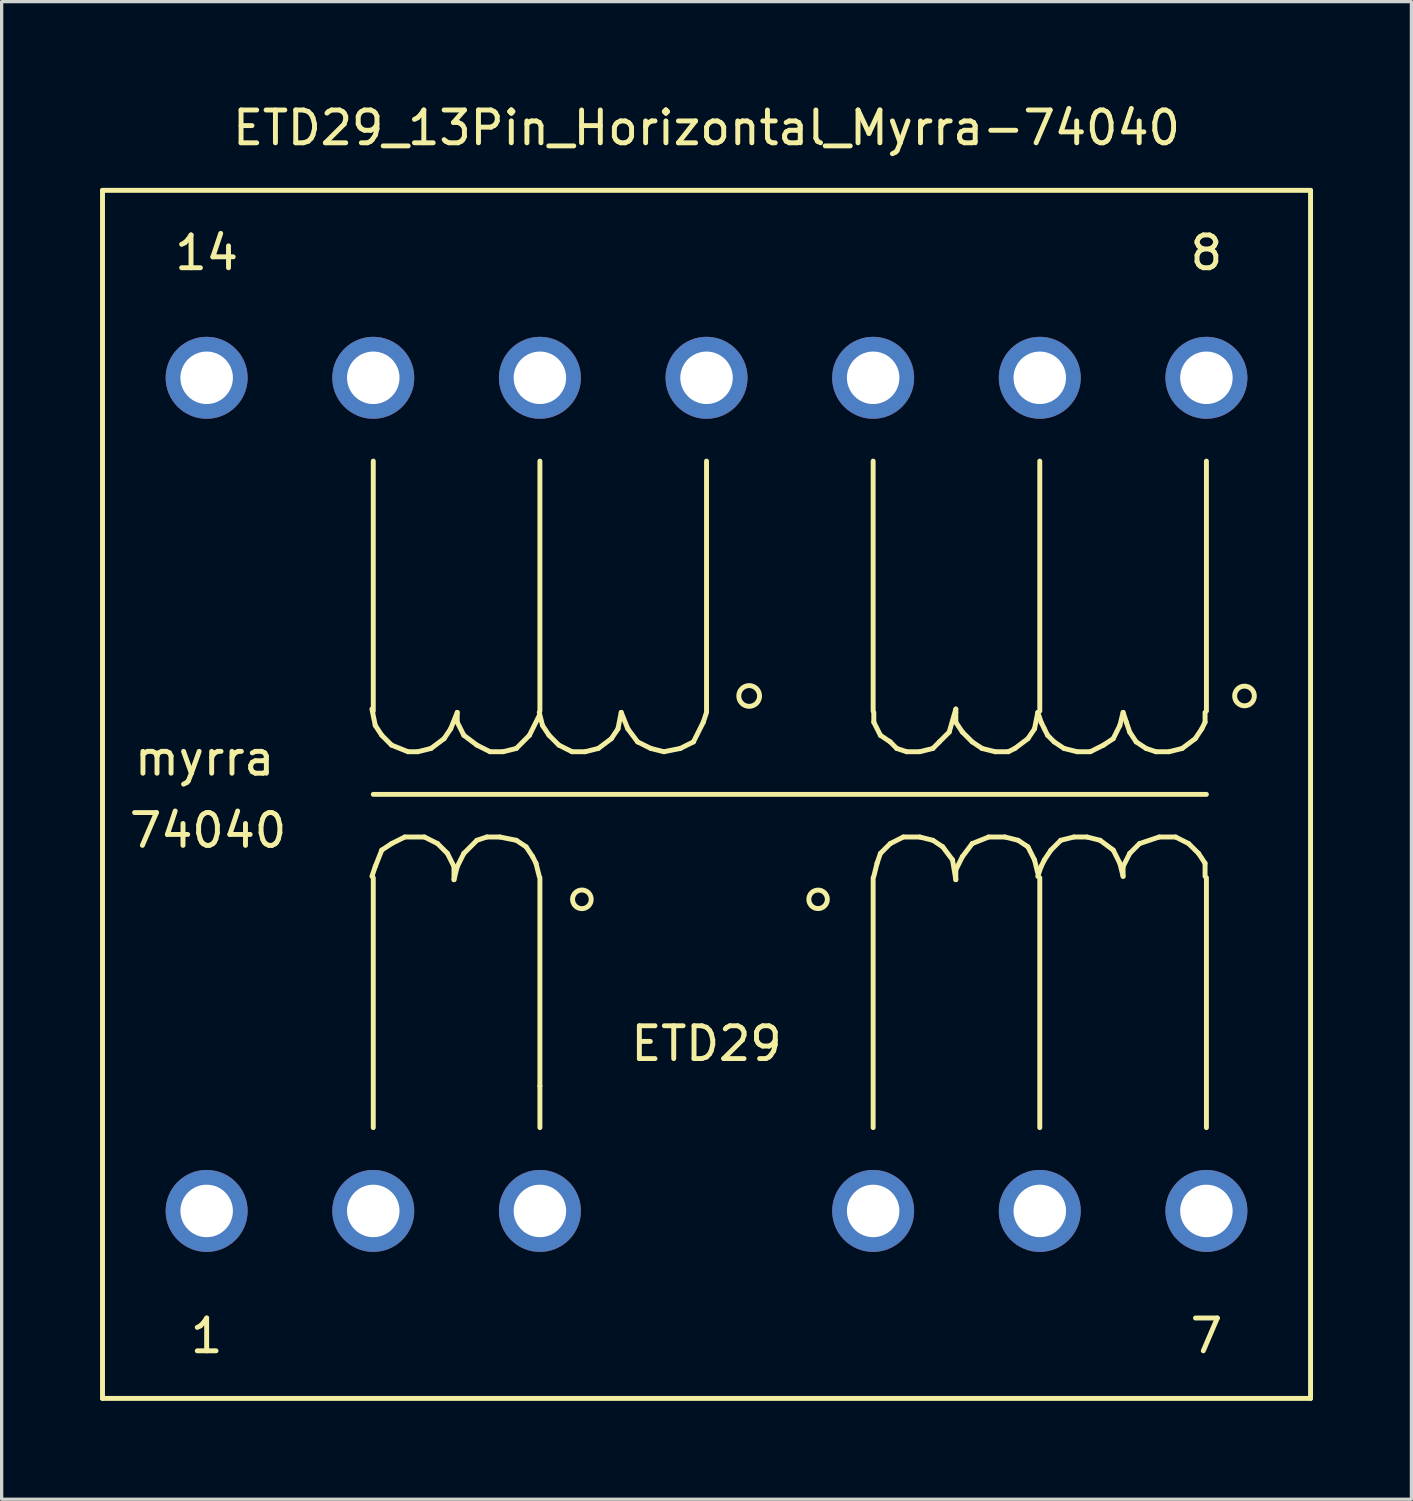
<source format=kicad_pcb>
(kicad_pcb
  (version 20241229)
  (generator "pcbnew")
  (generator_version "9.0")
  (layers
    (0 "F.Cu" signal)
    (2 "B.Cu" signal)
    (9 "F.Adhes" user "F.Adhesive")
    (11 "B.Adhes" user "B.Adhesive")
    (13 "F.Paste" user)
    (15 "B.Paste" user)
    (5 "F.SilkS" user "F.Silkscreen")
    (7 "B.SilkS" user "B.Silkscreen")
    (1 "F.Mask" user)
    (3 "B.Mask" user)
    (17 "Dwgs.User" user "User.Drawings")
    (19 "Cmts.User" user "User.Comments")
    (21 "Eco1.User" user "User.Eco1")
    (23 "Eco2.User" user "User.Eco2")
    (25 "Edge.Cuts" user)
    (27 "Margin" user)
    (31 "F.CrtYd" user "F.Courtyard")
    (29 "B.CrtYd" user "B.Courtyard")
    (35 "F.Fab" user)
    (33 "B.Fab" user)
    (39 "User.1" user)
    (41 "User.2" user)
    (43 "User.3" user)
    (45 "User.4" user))
  (footprint "ETD29_13Pin_Horizontal_Myrra-74040"
    (layer "F.Cu")
    (at 18.49 21.168)
    (property "Reference" "ETD29_13Pin_Horizontal_Myrra-74040" (at 0 -20.32 0) (layer "F.SilkS") (effects (font (size 1 1) (thickness 0.15))))
    (attr through_hole)
    (fp_line (start -18.415 -18.415) (end 18.415 -18.415) (stroke (width 0.15) (type solid)) (layer "F.SilkS"))
    (fp_line (start -18.415 18.415) (end -18.415 -18.415) (stroke (width 0.15) (type solid)) (layer "F.SilkS"))
    (fp_line (start -10.201 2.499) (end -10.099 2.2) (stroke (width 0.15) (type solid)) (layer "F.SilkS"))
    (fp_line (start -10.16 -2.54) (end -10.16 -10.16) (stroke (width 0.15) (type solid)) (layer "F.SilkS"))
    (fp_line (start -10.16 0) (end 15.24 0) (stroke (width 0.15) (type solid)) (layer "F.SilkS"))
    (fp_line (start -10.16 10.16) (end -10.16 2.54) (stroke (width 0.15) (type solid)) (layer "F.SilkS"))
    (fp_line (start -10.099 -2.101) (end -10.201 -2.601) (stroke (width 0.15) (type solid)) (layer "F.SilkS"))
    (fp_line (start -10.099 2.2) (end -9.901 1.699) (stroke (width 0.15) (type solid)) (layer "F.SilkS"))
    (fp_line (start -9.901 -1.801) (end -10.099 -2.101) (stroke (width 0.15) (type solid)) (layer "F.SilkS"))
    (fp_line (start -9.901 1.699) (end -9.601 1.501) (stroke (width 0.15) (type solid)) (layer "F.SilkS"))
    (fp_line (start -9.601 -1.501) (end -9.901 -1.801) (stroke (width 0.15) (type solid)) (layer "F.SilkS"))
    (fp_line (start -9.601 1.501) (end -9.2 1.3) (stroke (width 0.15) (type solid)) (layer "F.SilkS"))
    (fp_line (start -9.2 1.3) (end -8.6 1.3) (stroke (width 0.15) (type solid)) (layer "F.SilkS"))
    (fp_line (start -9.101 -1.3) (end -9.601 -1.501) (stroke (width 0.15) (type solid)) (layer "F.SilkS"))
    (fp_line (start -8.801 -1.3) (end -9.101 -1.3) (stroke (width 0.15) (type solid)) (layer "F.SilkS"))
    (fp_line (start -8.6 1.3) (end -8.199 1.501) (stroke (width 0.15) (type solid)) (layer "F.SilkS"))
    (fp_line (start -8.4 -1.4) (end -8.801 -1.3) (stroke (width 0.15) (type solid)) (layer "F.SilkS"))
    (fp_line (start -8.199 1.501) (end -7.899 1.801) (stroke (width 0.15) (type solid)) (layer "F.SilkS"))
    (fp_line (start -8.001 -1.699) (end -8.4 -1.4) (stroke (width 0.15) (type solid)) (layer "F.SilkS"))
    (fp_line (start -7.899 1.801) (end -7.699 2.2) (stroke (width 0.15) (type solid)) (layer "F.SilkS"))
    (fp_line (start -7.8 -1.999) (end -8.001 -1.699) (stroke (width 0.15) (type solid)) (layer "F.SilkS"))
    (fp_line (start -7.699 2.2) (end -7.699 2.601) (stroke (width 0.15) (type solid)) (layer "F.SilkS"))
    (fp_line (start -7.699 2.601) (end -7.6 2.2) (stroke (width 0.15) (type solid)) (layer "F.SilkS"))
    (fp_line (start -7.6 -2.499) (end -7.8 -1.999) (stroke (width 0.15) (type solid)) (layer "F.SilkS"))
    (fp_line (start -7.6 -2.2) (end -7.6 -2.499) (stroke (width 0.15) (type solid)) (layer "F.SilkS"))
    (fp_line (start -7.6 2.2) (end -7.399 1.801) (stroke (width 0.15) (type solid)) (layer "F.SilkS"))
    (fp_line (start -7.399 -1.801) (end -7.6 -2.2) (stroke (width 0.15) (type solid)) (layer "F.SilkS"))
    (fp_line (start -7.399 1.801) (end -7 1.4) (stroke (width 0.15) (type solid)) (layer "F.SilkS"))
    (fp_line (start -7 -1.501) (end -7.399 -1.801) (stroke (width 0.15) (type solid)) (layer "F.SilkS"))
    (fp_line (start -7 1.4) (end -6.701 1.3) (stroke (width 0.15) (type solid)) (layer "F.SilkS"))
    (fp_line (start -6.701 1.3) (end -6.299 1.3) (stroke (width 0.15) (type solid)) (layer "F.SilkS"))
    (fp_line (start -6.599 -1.3) (end -7 -1.501) (stroke (width 0.15) (type solid)) (layer "F.SilkS"))
    (fp_line (start -6.299 1.3) (end -5.799 1.4) (stroke (width 0.15) (type solid)) (layer "F.SilkS"))
    (fp_line (start -6.2 -1.3) (end -6.599 -1.3) (stroke (width 0.15) (type solid)) (layer "F.SilkS"))
    (fp_line (start -5.799 -1.4) (end -6.2 -1.3) (stroke (width 0.15) (type solid)) (layer "F.SilkS"))
    (fp_line (start -5.799 1.4) (end -5.499 1.6) (stroke (width 0.15) (type solid)) (layer "F.SilkS"))
    (fp_line (start -5.499 1.6) (end -5.301 1.9) (stroke (width 0.15) (type solid)) (layer "F.SilkS"))
    (fp_line (start -5.4 -1.801) (end -5.799 -1.4) (stroke (width 0.15) (type solid)) (layer "F.SilkS"))
    (fp_line (start -5.301 1.9) (end -5.199 2.101) (stroke (width 0.15) (type solid)) (layer "F.SilkS"))
    (fp_line (start -5.199 2.101) (end -5.1 2.499) (stroke (width 0.15) (type solid)) (layer "F.SilkS"))
    (fp_line (start -5.1 -2.4) (end -5.4 -1.801) (stroke (width 0.15) (type solid)) (layer "F.SilkS"))
    (fp_line (start -5.08 -2.54) (end -5.08 -10.16) (stroke (width 0.15) (type solid)) (layer "F.SilkS"))
    (fp_line (start -5.08 2.54) (end -5.08 8.89) (stroke (width 0.15) (type solid)) (layer "F.SilkS"))
    (fp_line (start -5.08 8.89) (end -5.08 10.16) (stroke (width 0.15) (type solid)) (layer "F.SilkS"))
    (fp_line (start -5.001 -2.101) (end -5.1 -2.499) (stroke (width 0.15) (type solid)) (layer "F.SilkS"))
    (fp_line (start -4.801 -1.801) (end -5.001 -2.101) (stroke (width 0.15) (type solid)) (layer "F.SilkS"))
    (fp_line (start -4.501 -1.501) (end -4.801 -1.801) (stroke (width 0.15) (type solid)) (layer "F.SilkS"))
    (fp_line (start -4.1 -1.3) (end -4.501 -1.501) (stroke (width 0.15) (type solid)) (layer "F.SilkS"))
    (fp_line (start -3.701 -1.3) (end -4.1 -1.3) (stroke (width 0.15) (type solid)) (layer "F.SilkS"))
    (fp_line (start -3.299 -1.4) (end -3.701 -1.3) (stroke (width 0.15) (type solid)) (layer "F.SilkS"))
    (fp_line (start -2.901 -1.699) (end -3.299 -1.4) (stroke (width 0.15) (type solid)) (layer "F.SilkS"))
    (fp_line (start -2.7 -1.999) (end -2.901 -1.699) (stroke (width 0.15) (type solid)) (layer "F.SilkS"))
    (fp_line (start -2.601 -2.499) (end -2.7 -1.999) (stroke (width 0.15) (type solid)) (layer "F.SilkS"))
    (fp_line (start -2.4 -1.999) (end -2.601 -2.499) (stroke (width 0.15) (type solid)) (layer "F.SilkS"))
    (fp_line (start -2.101 -1.6) (end -2.4 -1.999) (stroke (width 0.15) (type solid)) (layer "F.SilkS"))
    (fp_line (start -1.699 -1.4) (end -2.101 -1.6) (stroke (width 0.15) (type solid)) (layer "F.SilkS"))
    (fp_line (start -1.3 -1.3) (end -1.699 -1.4) (stroke (width 0.15) (type solid)) (layer "F.SilkS"))
    (fp_line (start -0.8 -1.4) (end -1.3 -1.3) (stroke (width 0.15) (type solid)) (layer "F.SilkS"))
    (fp_line (start -0.399 -1.6) (end -0.8 -1.4) (stroke (width 0.15) (type solid)) (layer "F.SilkS"))
    (fp_line (start -0.099 -2.2) (end -0.399 -1.6) (stroke (width 0.15) (type solid)) (layer "F.SilkS"))
    (fp_line (start 0 -2.54) (end 0 -10.16) (stroke (width 0.15) (type solid)) (layer "F.SilkS"))
    (fp_line (start 0 -2.499) (end -0.099 -2.2) (stroke (width 0.15) (type solid)) (layer "F.SilkS"))
    (fp_line (start 5.08 -2.54) (end 5.08 -10.16) (stroke (width 0.15) (type solid)) (layer "F.SilkS"))
    (fp_line (start 5.08 2.54) (end 5.08 10.16) (stroke (width 0.15) (type solid)) (layer "F.SilkS"))
    (fp_line (start 5.1 -2.2) (end 5.1 -2.499) (stroke (width 0.15) (type solid)) (layer "F.SilkS"))
    (fp_line (start 5.199 2.101) (end 5.1 2.499) (stroke (width 0.15) (type solid)) (layer "F.SilkS"))
    (fp_line (start 5.301 -1.801) (end 5.1 -2.2) (stroke (width 0.15) (type solid)) (layer "F.SilkS"))
    (fp_line (start 5.301 1.801) (end 5.199 2.101) (stroke (width 0.15) (type solid)) (layer "F.SilkS"))
    (fp_line (start 5.601 -1.6) (end 5.301 -1.801) (stroke (width 0.15) (type solid)) (layer "F.SilkS"))
    (fp_line (start 5.601 1.501) (end 5.301 1.801) (stroke (width 0.15) (type solid)) (layer "F.SilkS"))
    (fp_line (start 5.799 -1.4) (end 5.601 -1.6) (stroke (width 0.15) (type solid)) (layer "F.SilkS"))
    (fp_line (start 5.999 1.3) (end 5.601 1.501) (stroke (width 0.15) (type solid)) (layer "F.SilkS"))
    (fp_line (start 6.101 -1.3) (end 5.799 -1.4) (stroke (width 0.15) (type solid)) (layer "F.SilkS"))
    (fp_line (start 6.5 -1.3) (end 6.101 -1.3) (stroke (width 0.15) (type solid)) (layer "F.SilkS"))
    (fp_line (start 6.5 1.3) (end 5.999 1.3) (stroke (width 0.15) (type solid)) (layer "F.SilkS"))
    (fp_line (start 6.901 -1.4) (end 6.5 -1.3) (stroke (width 0.15) (type solid)) (layer "F.SilkS"))
    (fp_line (start 6.901 1.4) (end 6.5 1.3) (stroke (width 0.15) (type solid)) (layer "F.SilkS"))
    (fp_line (start 7.099 -1.6) (end 6.901 -1.4) (stroke (width 0.15) (type solid)) (layer "F.SilkS"))
    (fp_line (start 7.201 1.6) (end 6.901 1.4) (stroke (width 0.15) (type solid)) (layer "F.SilkS"))
    (fp_line (start 7.399 -1.9) (end 7.099 -1.6) (stroke (width 0.15) (type solid)) (layer "F.SilkS"))
    (fp_line (start 7.501 1.999) (end 7.201 1.6) (stroke (width 0.15) (type solid)) (layer "F.SilkS"))
    (fp_line (start 7.6 -2.601) (end 7.399 -1.9) (stroke (width 0.15) (type solid)) (layer "F.SilkS"))
    (fp_line (start 7.6 -2.499) (end 7.6 -2.601) (stroke (width 0.15) (type solid)) (layer "F.SilkS"))
    (fp_line (start 7.6 -2.2) (end 7.6 -2.499) (stroke (width 0.15) (type solid)) (layer "F.SilkS"))
    (fp_line (start 7.6 2.301) (end 7.6 2.601) (stroke (width 0.15) (type solid)) (layer "F.SilkS"))
    (fp_line (start 7.6 2.601) (end 7.501 1.999) (stroke (width 0.15) (type solid)) (layer "F.SilkS"))
    (fp_line (start 7.8 -1.9) (end 7.6 -2.2) (stroke (width 0.15) (type solid)) (layer "F.SilkS"))
    (fp_line (start 7.8 1.9) (end 7.6 2.301) (stroke (width 0.15) (type solid)) (layer "F.SilkS"))
    (fp_line (start 8.1 -1.6) (end 7.8 -1.9) (stroke (width 0.15) (type solid)) (layer "F.SilkS"))
    (fp_line (start 8.1 1.501) (end 7.8 1.9) (stroke (width 0.15) (type solid)) (layer "F.SilkS"))
    (fp_line (start 8.4 -1.4) (end 8.1 -1.6) (stroke (width 0.15) (type solid)) (layer "F.SilkS"))
    (fp_line (start 8.6 1.3) (end 8.1 1.501) (stroke (width 0.15) (type solid)) (layer "F.SilkS"))
    (fp_line (start 8.801 -1.3) (end 8.4 -1.4) (stroke (width 0.15) (type solid)) (layer "F.SilkS"))
    (fp_line (start 9.101 1.3) (end 8.6 1.3) (stroke (width 0.15) (type solid)) (layer "F.SilkS"))
    (fp_line (start 9.2 -1.3) (end 8.801 -1.3) (stroke (width 0.15) (type solid)) (layer "F.SilkS"))
    (fp_line (start 9.401 -1.4) (end 9.2 -1.3) (stroke (width 0.15) (type solid)) (layer "F.SilkS"))
    (fp_line (start 9.5 1.4) (end 9.101 1.3) (stroke (width 0.15) (type solid)) (layer "F.SilkS"))
    (fp_line (start 9.799 -1.699) (end 9.401 -1.4) (stroke (width 0.15) (type solid)) (layer "F.SilkS"))
    (fp_line (start 9.799 1.6) (end 9.5 1.4) (stroke (width 0.15) (type solid)) (layer "F.SilkS"))
    (fp_line (start 10 -1.999) (end 9.799 -1.699) (stroke (width 0.15) (type solid)) (layer "F.SilkS"))
    (fp_line (start 10 1.999) (end 9.799 1.6) (stroke (width 0.15) (type solid)) (layer "F.SilkS"))
    (fp_line (start 10.099 -2.499) (end 10 -1.999) (stroke (width 0.15) (type solid)) (layer "F.SilkS"))
    (fp_line (start 10.099 2.4) (end 10 1.999) (stroke (width 0.15) (type solid)) (layer "F.SilkS"))
    (fp_line (start 10.16 -2.54) (end 10.16 -10.16) (stroke (width 0.15) (type solid)) (layer "F.SilkS"))
    (fp_line (start 10.16 2.54) (end 10.16 10.16) (stroke (width 0.15) (type solid)) (layer "F.SilkS"))
    (fp_line (start 10.201 -2.2) (end 10.099 -2.499) (stroke (width 0.15) (type solid)) (layer "F.SilkS"))
    (fp_line (start 10.201 2.2) (end 10.099 2.499) (stroke (width 0.15) (type solid)) (layer "F.SilkS"))
    (fp_line (start 10.3 -1.999) (end 10.201 -2.2) (stroke (width 0.15) (type solid)) (layer "F.SilkS"))
    (fp_line (start 10.3 1.999) (end 10.201 2.2) (stroke (width 0.15) (type solid)) (layer "F.SilkS"))
    (fp_line (start 10.399 -1.801) (end 10.3 -1.999) (stroke (width 0.15) (type solid)) (layer "F.SilkS"))
    (fp_line (start 10.5 1.699) (end 10.3 1.999) (stroke (width 0.15) (type solid)) (layer "F.SilkS"))
    (fp_line (start 10.599 -1.6) (end 10.399 -1.801) (stroke (width 0.15) (type solid)) (layer "F.SilkS"))
    (fp_line (start 10.8 1.4) (end 10.5 1.699) (stroke (width 0.15) (type solid)) (layer "F.SilkS"))
    (fp_line (start 10.899 -1.4) (end 10.599 -1.6) (stroke (width 0.15) (type solid)) (layer "F.SilkS"))
    (fp_line (start 11.199 1.3) (end 10.8 1.4) (stroke (width 0.15) (type solid)) (layer "F.SilkS"))
    (fp_line (start 11.3 -1.3) (end 10.899 -1.4) (stroke (width 0.15) (type solid)) (layer "F.SilkS"))
    (fp_line (start 11.6 1.3) (end 11.199 1.3) (stroke (width 0.15) (type solid)) (layer "F.SilkS"))
    (fp_line (start 11.699 -1.3) (end 11.3 -1.3) (stroke (width 0.15) (type solid)) (layer "F.SilkS"))
    (fp_line (start 11.999 1.4) (end 11.6 1.3) (stroke (width 0.15) (type solid)) (layer "F.SilkS"))
    (fp_line (start 12.101 -1.501) (end 11.699 -1.3) (stroke (width 0.15) (type solid)) (layer "F.SilkS"))
    (fp_line (start 12.4 -1.699) (end 12.101 -1.501) (stroke (width 0.15) (type solid)) (layer "F.SilkS"))
    (fp_line (start 12.4 1.699) (end 11.999 1.4) (stroke (width 0.15) (type solid)) (layer "F.SilkS"))
    (fp_line (start 12.601 -2.101) (end 12.4 -1.699) (stroke (width 0.15) (type solid)) (layer "F.SilkS"))
    (fp_line (start 12.601 2.101) (end 12.4 1.699) (stroke (width 0.15) (type solid)) (layer "F.SilkS"))
    (fp_line (start 12.7 -2.499) (end 12.601 -2.101) (stroke (width 0.15) (type solid)) (layer "F.SilkS"))
    (fp_line (start 12.7 2.2) (end 12.7 2.499) (stroke (width 0.15) (type solid)) (layer "F.SilkS"))
    (fp_line (start 12.7 2.499) (end 12.601 2.101) (stroke (width 0.15) (type solid)) (layer "F.SilkS"))
    (fp_line (start 12.799 -2.2) (end 12.7 -2.499) (stroke (width 0.15) (type solid)) (layer "F.SilkS"))
    (fp_line (start 12.901 -1.9) (end 12.799 -2.2) (stroke (width 0.15) (type solid)) (layer "F.SilkS"))
    (fp_line (start 12.901 1.801) (end 12.7 2.2) (stroke (width 0.15) (type solid)) (layer "F.SilkS"))
    (fp_line (start 13.099 -1.6) (end 12.901 -1.9) (stroke (width 0.15) (type solid)) (layer "F.SilkS"))
    (fp_line (start 13.2 1.501) (end 12.901 1.801) (stroke (width 0.15) (type solid)) (layer "F.SilkS"))
    (fp_line (start 13.401 -1.4) (end 13.099 -1.6) (stroke (width 0.15) (type solid)) (layer "F.SilkS"))
    (fp_line (start 13.701 -1.3) (end 13.401 -1.4) (stroke (width 0.15) (type solid)) (layer "F.SilkS"))
    (fp_line (start 13.8 1.3) (end 13.2 1.501) (stroke (width 0.15) (type solid)) (layer "F.SilkS"))
    (fp_line (start 14.1 -1.3) (end 13.701 -1.3) (stroke (width 0.15) (type solid)) (layer "F.SilkS"))
    (fp_line (start 14.3 1.3) (end 13.8 1.3) (stroke (width 0.15) (type solid)) (layer "F.SilkS"))
    (fp_line (start 14.501 -1.4) (end 14.1 -1.3) (stroke (width 0.15) (type solid)) (layer "F.SilkS"))
    (fp_line (start 14.699 1.501) (end 14.3 1.3) (stroke (width 0.15) (type solid)) (layer "F.SilkS"))
    (fp_line (start 14.9 -1.699) (end 14.501 -1.4) (stroke (width 0.15) (type solid)) (layer "F.SilkS"))
    (fp_line (start 15.001 1.801) (end 14.699 1.501) (stroke (width 0.15) (type solid)) (layer "F.SilkS"))
    (fp_line (start 15.1 -1.999) (end 14.9 -1.699) (stroke (width 0.15) (type solid)) (layer "F.SilkS"))
    (fp_line (start 15.199 -2.499) (end 15.199 -2.2) (stroke (width 0.15) (type solid)) (layer "F.SilkS"))
    (fp_line (start 15.199 -2.2) (end 15.1 -1.999) (stroke (width 0.15) (type solid)) (layer "F.SilkS"))
    (fp_line (start 15.199 2.101) (end 15.001 1.801) (stroke (width 0.15) (type solid)) (layer "F.SilkS"))
    (fp_line (start 15.199 2.499) (end 15.199 2.101) (stroke (width 0.15) (type solid)) (layer "F.SilkS"))
    (fp_line (start 15.24 -2.54) (end 15.24 -10.16) (stroke (width 0.15) (type solid)) (layer "F.SilkS"))
    (fp_line (start 15.24 2.54) (end 15.24 10.16) (stroke (width 0.15) (type solid)) (layer "F.SilkS"))
    (fp_line (start 18.415 -18.415) (end 18.415 18.415) (stroke (width 0.15) (type solid)) (layer "F.SilkS"))
    (fp_line (start 18.415 18.415) (end -18.415 18.415) (stroke (width 0.15) (type solid)) (layer "F.SilkS"))
    (fp_circle (center -3.8 3.2) (end -3.599 3.401) (stroke (width 0.15) (type solid)) (fill no) (layer "F.SilkS"))
    (fp_circle (center 1.3 -3) (end 1.4 -2.7) (stroke (width 0.15) (type solid)) (fill no) (layer "F.SilkS"))
    (fp_circle (center 3.401 3.2) (end 3.599 3.401) (stroke (width 0.15) (type solid)) (fill no) (layer "F.SilkS"))
    (fp_circle (center 16.401 -3) (end 16.401 -2.7) (stroke (width 0.15) (type solid)) (fill no) (layer "F.SilkS"))
    (fp_text user "8" (at 15.24 -16.51 0) (layer "F.SilkS") (effects (font (size 1 1) (thickness 0.15))))
    (fp_text user "74040" (at -15.199 1.1 0) (layer "F.SilkS") (effects (font (size 1 1) (thickness 0.15))))
    (fp_text user "14" (at -15.24 -16.51 0) (layer "F.SilkS") (effects (font (size 1 1) (thickness 0.15))))
    (fp_text user "7" (at 15.24 16.51 0) (layer "F.SilkS") (effects (font (size 1 1) (thickness 0.15))))
    (fp_text user "myrra" (at -15.301 -1.1 0) (layer "F.SilkS") (effects (font (size 1 1) (thickness 0.15))))
    (fp_text user "ETD29" (at 0 7.6 0) (layer "F.SilkS") (effects (font (size 1 1) (thickness 0.15))))
    (fp_text user "1" (at -15.24 16.51 0) (layer "F.SilkS") (effects (font (size 1 1) (thickness 0.15))))
    (pad "1" thru_hole circle (at -15.24 12.7) (size 2.499 2.499) (drill 1.6) (layers "*.Cu" "*.Mask"))
    (pad "2" thru_hole circle (at -10.16 12.7) (size 2.499 2.499) (drill 1.6) (layers "*.Cu" "*.Mask"))
    (pad "3" thru_hole circle (at -5.08 12.7) (size 2.499 2.499) (drill 1.6) (layers "*.Cu" "*.Mask"))
    (pad "5" thru_hole circle (at 5.08 12.7) (size 2.499 2.499) (drill 1.6) (layers "*.Cu" "*.Mask"))
    (pad "6" thru_hole circle (at 10.16 12.7) (size 2.499 2.499) (drill 1.6) (layers "*.Cu" "*.Mask"))
    (pad "7" thru_hole circle (at 15.24 12.7) (size 2.499 2.499) (drill 1.6) (layers "*.Cu" "*.Mask"))
    (pad "8" thru_hole circle (at 15.24 -12.7) (size 2.499 2.499) (drill 1.6) (layers "*.Cu" "*.Mask"))
    (pad "9" thru_hole circle (at 10.16 -12.7) (size 2.499 2.499) (drill 1.6) (layers "*.Cu" "*.Mask"))
    (pad "10" thru_hole circle (at 5.08 -12.7) (size 2.499 2.499) (drill 1.6) (layers "*.Cu" "*.Mask"))
    (pad "11" thru_hole circle (at 0 -12.7) (size 2.499 2.499) (drill 1.6) (layers "*.Cu" "*.Mask"))
    (pad "12" thru_hole circle (at -5.08 -12.7) (size 2.499 2.499) (drill 1.6) (layers "*.Cu" "*.Mask"))
    (pad "13" thru_hole circle (at -10.16 -12.7) (size 2.499 2.499) (drill 1.6) (layers "*.Cu" "*.Mask"))
    (pad "14" thru_hole circle (at -15.24 -12.7) (size 2.499 2.499) (drill 1.6) (layers "*.Cu" "*.Mask")))
  (gr_rect
    (start -3 -3)
    (end 39.98 42.658)
    (stroke (width 0.1) (type default))
    (fill no)
    (layer "Edge.Cuts")))
</source>
